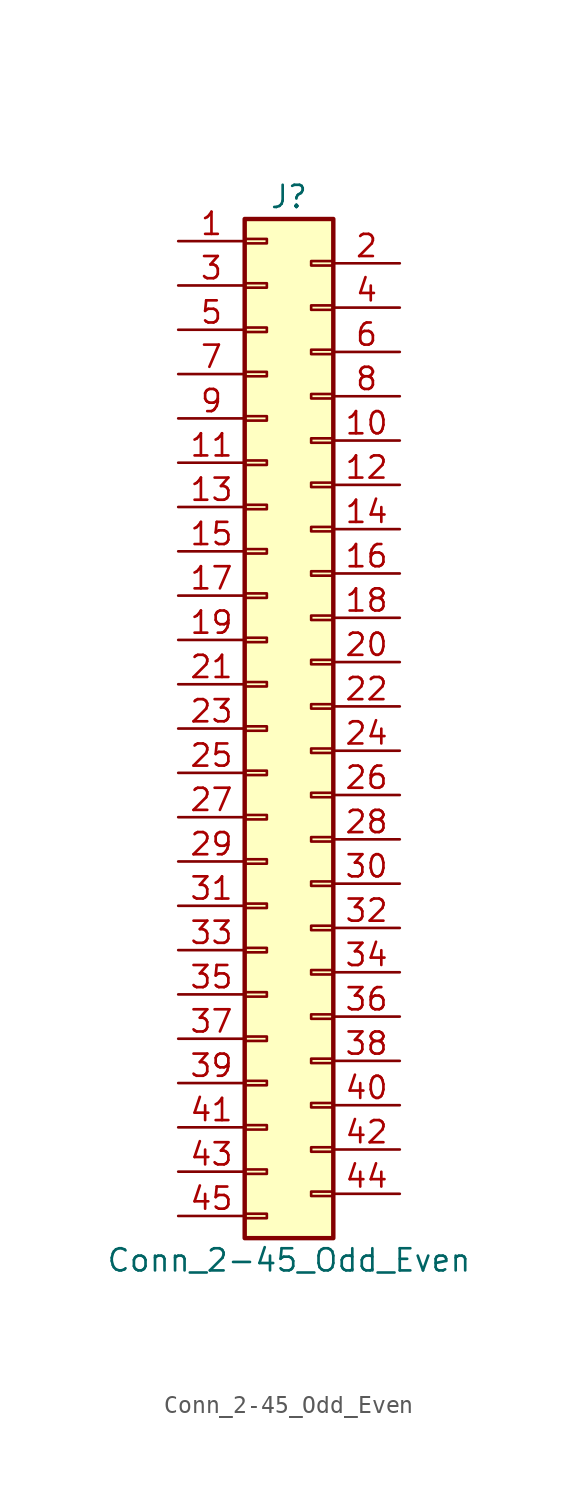
<source format=kicad_sym>
(kicad_symbol_lib
  (version 20220914)
  (generator kicad_symbol_editor)
  (symbol "Conn_2-45_Odd_Even"
    (pin_names
      (offset 1.016) hide)
    (property "Reference" "J"
      (at 1.27 27.94 0)
      (effects (font (size 1.27 1.27))))
    (property "Value" "Conn_2-45_Odd_Even"
      (at 1.27 -33.02 0)
      (effects (font (size 1.27 1.27))))
    (symbol "Conn_2-45_Odd_Even_1_1"
      (rectangle (start -1.27 -30.607) (end 0 -30.353) (stroke (width 0.152) (type default)) (fill (type none)))
      (rectangle (start -1.27 -27.813) (end 0 -28.067) (stroke (width 0.152) (type default)) (fill (type none)))
      (rectangle (start -1.27 -25.273) (end 0 -25.527) (stroke (width 0.152) (type default)) (fill (type none)))
      (rectangle (start -1.27 -22.733) (end 0 -22.987) (stroke (width 0.152) (type default)) (fill (type none)))
      (rectangle (start -1.27 -20.193) (end 0 -20.447) (stroke (width 0.152) (type default)) (fill (type none)))
      (rectangle (start -1.27 -17.653) (end 0 -17.907) (stroke (width 0.152) (type default)) (fill (type none)))
      (rectangle (start -1.27 -15.113) (end 0 -15.367) (stroke (width 0.152) (type default)) (fill (type none)))
      (rectangle (start -1.27 -12.573) (end 0 -12.827) (stroke (width 0.152) (type default)) (fill (type none)))
      (rectangle (start -1.27 -10.033) (end 0 -10.287) (stroke (width 0.152) (type default)) (fill (type none)))
      (rectangle (start -1.27 -7.493) (end 0 -7.747) (stroke (width 0.152) (type default)) (fill (type none)))
      (rectangle (start -1.27 -4.953) (end 0 -5.207) (stroke (width 0.152) (type default)) (fill (type none)))
      (rectangle (start -1.27 -2.413) (end 0 -2.667) (stroke (width 0.152) (type default)) (fill (type none)))
      (rectangle (start -1.27 0.127) (end 0 -0.127) (stroke (width 0.152) (type default)) (fill (type none)))
      (rectangle (start -1.27 2.667) (end 0 2.413) (stroke (width 0.152) (type default)) (fill (type none)))
      (rectangle (start -1.27 5.207) (end 0 4.953) (stroke (width 0.152) (type default)) (fill (type none)))
      (rectangle (start -1.27 7.747) (end 0 7.493) (stroke (width 0.152) (type default)) (fill (type none)))
      (rectangle (start -1.27 10.287) (end 0 10.033) (stroke (width 0.152) (type default)) (fill (type none)))
      (rectangle (start -1.27 12.827) (end 0 12.573) (stroke (width 0.152) (type default)) (fill (type none)))
      (rectangle (start -1.27 15.367) (end 0 15.113) (stroke (width 0.152) (type default)) (fill (type none)))
      (rectangle (start -1.27 17.907) (end 0 17.653) (stroke (width 0.152) (type default)) (fill (type none)))
      (rectangle (start -1.27 20.447) (end 0 20.193) (stroke (width 0.152) (type default)) (fill (type none)))
      (rectangle (start -1.27 22.987) (end 0 22.733) (stroke (width 0.152) (type default)) (fill (type none)))
      (rectangle (start -1.27 25.527) (end 0 25.273) (stroke (width 0.152) (type default)) (fill (type none)))
      (rectangle (start -1.27 26.67) (end 3.81 -31.75) (stroke (width 0.254) (type default)) (fill (type background)))
      (rectangle (start 3.81 -29.083) (end 2.54 -29.337) (stroke (width 0.152) (type default)) (fill (type none)))
      (rectangle (start 3.81 -26.543) (end 2.54 -26.797) (stroke (width 0.152) (type default)) (fill (type none)))
      (rectangle (start 3.81 -24.003) (end 2.54 -24.257) (stroke (width 0.152) (type default)) (fill (type none)))
      (rectangle (start 3.81 -21.463) (end 2.54 -21.717) (stroke (width 0.152) (type default)) (fill (type none)))
      (rectangle (start 3.81 -18.923) (end 2.54 -19.177) (stroke (width 0.152) (type default)) (fill (type none)))
      (rectangle (start 3.81 -16.383) (end 2.54 -16.637) (stroke (width 0.152) (type default)) (fill (type none)))
      (rectangle (start 3.81 -13.843) (end 2.54 -14.097) (stroke (width 0.152) (type default)) (fill (type none)))
      (rectangle (start 3.81 -11.303) (end 2.54 -11.557) (stroke (width 0.152) (type default)) (fill (type none)))
      (rectangle (start 3.81 -8.763) (end 2.54 -9.017) (stroke (width 0.152) (type default)) (fill (type none)))
      (rectangle (start 3.81 -6.223) (end 2.54 -6.477) (stroke (width 0.152) (type default)) (fill (type none)))
      (rectangle (start 3.81 -3.683) (end 2.54 -3.937) (stroke (width 0.152) (type default)) (fill (type none)))
      (rectangle (start 3.81 -1.143) (end 2.54 -1.397) (stroke (width 0.152) (type default)) (fill (type none)))
      (rectangle (start 3.81 1.397) (end 2.54 1.143) (stroke (width 0.152) (type default)) (fill (type none)))
      (rectangle (start 3.81 3.937) (end 2.54 3.683) (stroke (width 0.152) (type default)) (fill (type none)))
      (rectangle (start 3.81 6.477) (end 2.54 6.223) (stroke (width 0.152) (type default)) (fill (type none)))
      (rectangle (start 3.81 9.017) (end 2.54 8.763) (stroke (width 0.152) (type default)) (fill (type none)))
      (rectangle (start 3.81 11.557) (end 2.54 11.303) (stroke (width 0.152) (type default)) (fill (type none)))
      (rectangle (start 3.81 14.097) (end 2.54 13.843) (stroke (width 0.152) (type default)) (fill (type none)))
      (rectangle (start 3.81 16.637) (end 2.54 16.383) (stroke (width 0.152) (type default)) (fill (type none)))
      (rectangle (start 3.81 19.177) (end 2.54 18.923) (stroke (width 0.152) (type default)) (fill (type none)))
      (rectangle (start 3.81 21.717) (end 2.54 21.463) (stroke (width 0.152) (type default)) (fill (type none)))
      (rectangle (start 3.81 24.257) (end 2.54 24.003) (stroke (width 0.152) (type default)) (fill (type none)))
      (pin passive line (at -5.08 25.4 0) (length 3.81) (name "Pin_1" (effects (font (size 1.27 1.27)))) (number "1" (effects (font (size 1.27 1.27)))))
      (pin passive line (at 7.62 13.97 180) (length 3.81) (name "Pin_10" (effects (font (size 1.27 1.27)))) (number "10" (effects (font (size 1.27 1.27)))))
      (pin passive line (at -5.08 12.7 0) (length 3.81) (name "Pin_11" (effects (font (size 1.27 1.27)))) (number "11" (effects (font (size 1.27 1.27)))))
      (pin passive line (at 7.62 11.43 180) (length 3.81) (name "Pin_12" (effects (font (size 1.27 1.27)))) (number "12" (effects (font (size 1.27 1.27)))))
      (pin passive line (at -5.08 10.16 0) (length 3.81) (name "Pin_13" (effects (font (size 1.27 1.27)))) (number "13" (effects (font (size 1.27 1.27)))))
      (pin passive line (at 7.62 8.89 180) (length 3.81) (name "Pin_14" (effects (font (size 1.27 1.27)))) (number "14" (effects (font (size 1.27 1.27)))))
      (pin passive line (at -5.08 7.62 0) (length 3.81) (name "Pin_15" (effects (font (size 1.27 1.27)))) (number "15" (effects (font (size 1.27 1.27)))))
      (pin passive line (at 7.62 6.35 180) (length 3.81) (name "Pin_16" (effects (font (size 1.27 1.27)))) (number "16" (effects (font (size 1.27 1.27)))))
      (pin passive line (at -5.08 5.08 0) (length 3.81) (name "Pin_17" (effects (font (size 1.27 1.27)))) (number "17" (effects (font (size 1.27 1.27)))))
      (pin passive line (at 7.62 3.81 180) (length 3.81) (name "Pin_18" (effects (font (size 1.27 1.27)))) (number "18" (effects (font (size 1.27 1.27)))))
      (pin passive line (at -5.08 2.54 0) (length 3.81) (name "Pin_19" (effects (font (size 1.27 1.27)))) (number "19" (effects (font (size 1.27 1.27)))))
      (pin passive line (at 7.62 24.13 180) (length 3.81) (name "Pin_2" (effects (font (size 1.27 1.27)))) (number "2" (effects (font (size 1.27 1.27)))))
      (pin passive line (at 7.62 1.27 180) (length 3.81) (name "Pin_20" (effects (font (size 1.27 1.27)))) (number "20" (effects (font (size 1.27 1.27)))))
      (pin passive line (at -5.08 0 0) (length 3.81) (name "Pin_21" (effects (font (size 1.27 1.27)))) (number "21" (effects (font (size 1.27 1.27)))))
      (pin passive line (at 7.62 -1.27 180) (length 3.81) (name "Pin_22" (effects (font (size 1.27 1.27)))) (number "22" (effects (font (size 1.27 1.27)))))
      (pin passive line (at -5.08 -2.54 0) (length 3.81) (name "Pin_23" (effects (font (size 1.27 1.27)))) (number "23" (effects (font (size 1.27 1.27)))))
      (pin passive line (at 7.62 -3.81 180) (length 3.81) (name "Pin_24" (effects (font (size 1.27 1.27)))) (number "24" (effects (font (size 1.27 1.27)))))
      (pin passive line (at -5.08 -5.08 0) (length 3.81) (name "Pin_25" (effects (font (size 1.27 1.27)))) (number "25" (effects (font (size 1.27 1.27)))))
      (pin passive line (at 7.62 -6.35 180) (length 3.81) (name "Pin_26" (effects (font (size 1.27 1.27)))) (number "26" (effects (font (size 1.27 1.27)))))
      (pin passive line (at -5.08 -7.62 0) (length 3.81) (name "Pin_27" (effects (font (size 1.27 1.27)))) (number "27" (effects (font (size 1.27 1.27)))))
      (pin passive line (at 7.62 -8.89 180) (length 3.81) (name "Pin_28" (effects (font (size 1.27 1.27)))) (number "28" (effects (font (size 1.27 1.27)))))
      (pin passive line (at -5.08 -10.16 0) (length 3.81) (name "Pin_29" (effects (font (size 1.27 1.27)))) (number "29" (effects (font (size 1.27 1.27)))))
      (pin passive line (at -5.08 22.86 0) (length 3.81) (name "Pin_3" (effects (font (size 1.27 1.27)))) (number "3" (effects (font (size 1.27 1.27)))))
      (pin passive line (at 7.62 -11.43 180) (length 3.81) (name "Pin_30" (effects (font (size 1.27 1.27)))) (number "30" (effects (font (size 1.27 1.27)))))
      (pin passive line (at -5.08 -12.7 0) (length 3.81) (name "Pin_31" (effects (font (size 1.27 1.27)))) (number "31" (effects (font (size 1.27 1.27)))))
      (pin passive line (at 7.62 -13.97 180) (length 3.81) (name "Pin_32" (effects (font (size 1.27 1.27)))) (number "32" (effects (font (size 1.27 1.27)))))
      (pin passive line (at -5.08 -15.24 0) (length 3.81) (name "Pin_33" (effects (font (size 1.27 1.27)))) (number "33" (effects (font (size 1.27 1.27)))))
      (pin passive line (at 7.62 -16.51 180) (length 3.81) (name "Pin_34" (effects (font (size 1.27 1.27)))) (number "34" (effects (font (size 1.27 1.27)))))
      (pin passive line (at -5.08 -17.78 0) (length 3.81) (name "Pin_35" (effects (font (size 1.27 1.27)))) (number "35" (effects (font (size 1.27 1.27)))))
      (pin passive line (at 7.62 -19.05 180) (length 3.81) (name "Pin_36" (effects (font (size 1.27 1.27)))) (number "36" (effects (font (size 1.27 1.27)))))
      (pin passive line (at -5.08 -20.32 0) (length 3.81) (name "Pin_37" (effects (font (size 1.27 1.27)))) (number "37" (effects (font (size 1.27 1.27)))))
      (pin passive line (at 7.62 -21.59 180) (length 3.81) (name "Pin_38" (effects (font (size 1.27 1.27)))) (number "38" (effects (font (size 1.27 1.27)))))
      (pin passive line (at -5.08 -22.86 0) (length 3.81) (name "Pin_39" (effects (font (size 1.27 1.27)))) (number "39" (effects (font (size 1.27 1.27)))))
      (pin passive line (at 7.62 21.59 180) (length 3.81) (name "Pin_4" (effects (font (size 1.27 1.27)))) (number "4" (effects (font (size 1.27 1.27)))))
      (pin passive line (at 7.62 -24.13 180) (length 3.81) (name "Pin_40" (effects (font (size 1.27 1.27)))) (number "40" (effects (font (size 1.27 1.27)))))
      (pin passive line (at -5.08 -25.4 0) (length 3.81) (name "Pin_41" (effects (font (size 1.27 1.27)))) (number "41" (effects (font (size 1.27 1.27)))))
      (pin passive line (at 7.62 -26.67 180) (length 3.81) (name "Pin_42" (effects (font (size 1.27 1.27)))) (number "42" (effects (font (size 1.27 1.27)))))
      (pin passive line (at -5.08 -27.94 0) (length 3.81) (name "Pin_43" (effects (font (size 1.27 1.27)))) (number "43" (effects (font (size 1.27 1.27)))))
      (pin passive line (at 7.62 -29.21 180) (length 3.81) (name "Pin_44" (effects (font (size 1.27 1.27)))) (number "44" (effects (font (size 1.27 1.27)))))
      (pin passive line (at -5.08 -30.48 0) (length 3.81) (name "Pin_45" (effects (font (size 1.27 1.27)))) (number "45" (effects (font (size 1.27 1.27)))))
      (pin passive line (at -5.08 20.32 0) (length 3.81) (name "Pin_5" (effects (font (size 1.27 1.27)))) (number "5" (effects (font (size 1.27 1.27)))))
      (pin passive line (at 7.62 19.05 180) (length 3.81) (name "Pin_6" (effects (font (size 1.27 1.27)))) (number "6" (effects (font (size 1.27 1.27)))))
      (pin passive line (at -5.08 17.78 0) (length 3.81) (name "Pin_7" (effects (font (size 1.27 1.27)))) (number "7" (effects (font (size 1.27 1.27)))))
      (pin passive line (at 7.62 16.51 180) (length 3.81) (name "Pin_8" (effects (font (size 1.27 1.27)))) (number "8" (effects (font (size 1.27 1.27)))))
      (pin passive line (at -5.08 15.24 0) (length 3.81) (name "Pin_9" (effects (font (size 1.27 1.27)))) (number "9" (effects (font (size 1.27 1.27))))))))
</source>
